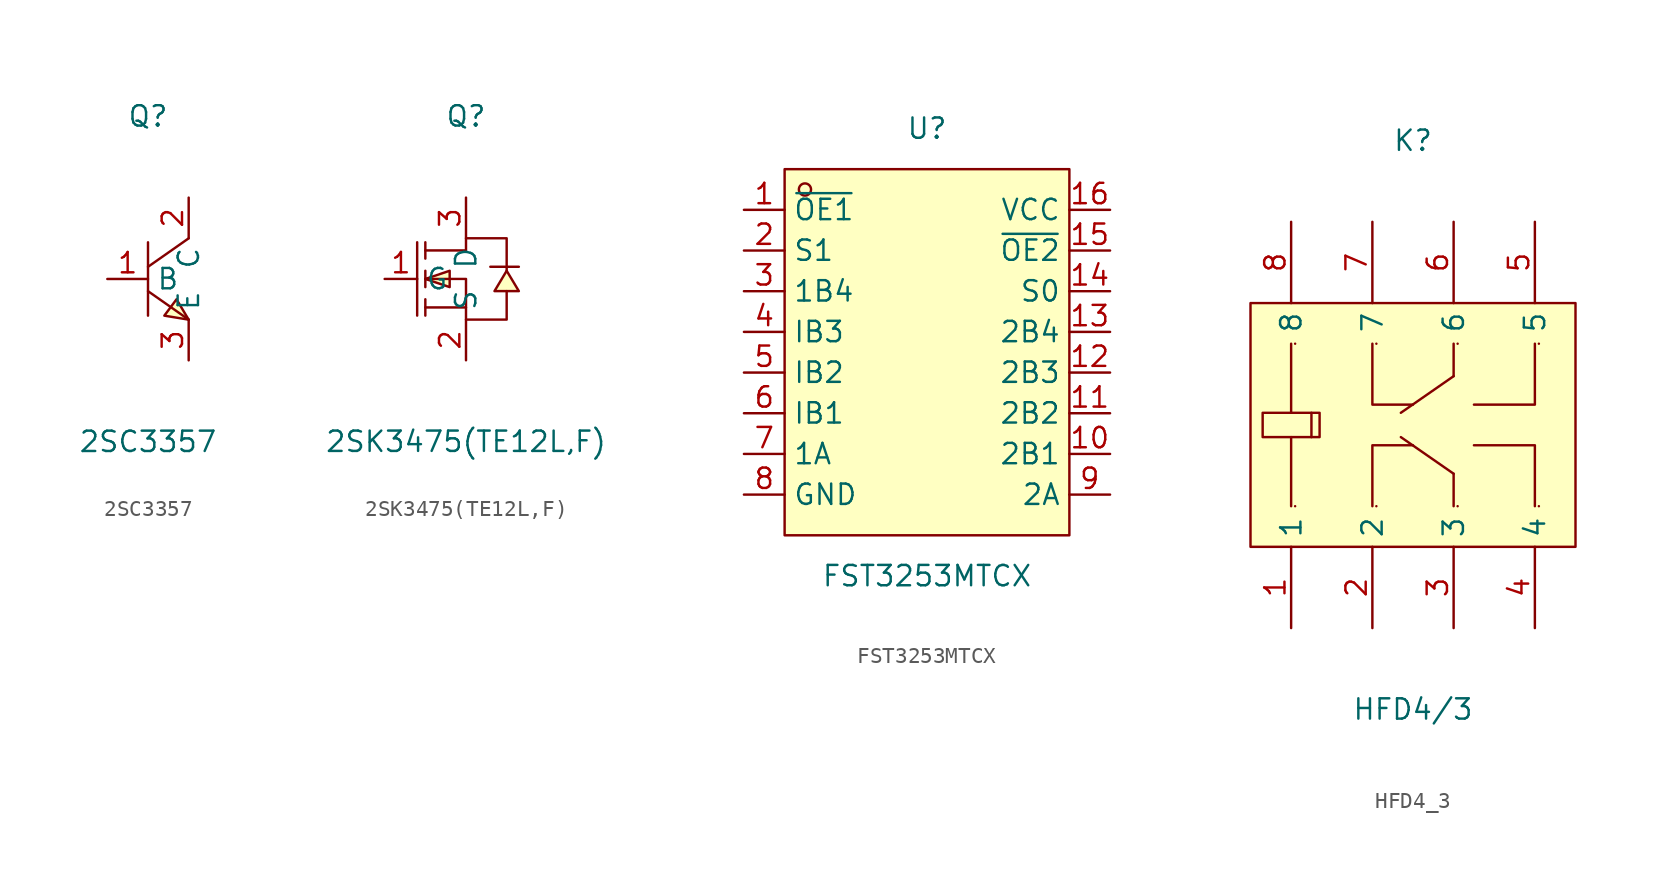
<source format=kicad_sym>
(kicad_symbol_lib
  (version 20211014)
  (generator https://github.com/uPesy/easyeda2kicad.py)
  (symbol "2SC3357"
    (property "Reference" "Q"
      (at 0 10.16 0)
      (effects (font (size 1.27 1.27))))
    (property "Value" "2SC3357"
      (at 0 -10.16 0)
      (effects (font (size 1.27 1.27))))
    (symbol "2SC3357_0_1"
      (polyline (pts (xy 0.00 2.29) (xy 0.00 -2.29)) (stroke (width 0) (type default) (color 0 0 0 0)) (fill (type none)))
      (polyline (pts (xy 0.00 -0.76) (xy 2.54 -2.54)) (stroke (width 0) (type default) (color 0 0 0 0)) (fill (type none)))
      (polyline (pts (xy 2.54 2.54) (xy 0.00 0.76)) (stroke (width 0) (type default) (color 0 0 0 0)) (fill (type none)))
      (polyline (pts (xy 2.54 -2.54) (xy 1.78 -1.27) (xy 1.02 -2.29) (xy 2.54 -2.54)) (stroke (width 0) (type default) (color 0 0 0 0)) (fill (type background)))
      (pin unspecified line (at 2.54 -5.08 90) (length 2.54) (name "E" (effects (font (size 1.27 1.27)))) (number "3" (effects (font (size 1.27 1.27)))))
      (pin unspecified line (at -2.54 -0.00 0) (length 2.54) (name "B" (effects (font (size 1.27 1.27)))) (number "1" (effects (font (size 1.27 1.27)))))
      (pin unspecified line (at 2.54 5.08 270) (length 2.54) (name "C" (effects (font (size 1.27 1.27)))) (number "2" (effects (font (size 1.27 1.27)))))))
  (symbol "2SK3475(TE12L,F)"
    (property "Reference" "Q"
      (at 0 10.16 0)
      (effects (font (size 1.27 1.27))))
    (property "Value" "2SK3475(TE12L,F)"
      (at 0 -10.16 0)
      (effects (font (size 1.27 1.27))))
    (symbol "2SK3475(TE12L,F)_0_1"
      (polyline (pts (xy 1.52 0.76) (xy 3.30 0.76)) (stroke (width 0) (type default) (color 0 0 0 0)) (fill (type none)))
      (polyline (pts (xy -2.54 -2.29) (xy -2.54 -1.27)) (stroke (width 0) (type default) (color 0 0 0 0)) (fill (type none)))
      (polyline (pts (xy -2.54 -0.51) (xy -2.54 0.51)) (stroke (width 0) (type default) (color 0 0 0 0)) (fill (type none)))
      (polyline (pts (xy -2.54 2.29) (xy -2.54 1.27)) (stroke (width 0) (type default) (color 0 0 0 0)) (fill (type none)))
      (polyline (pts (xy -3.05 2.29) (xy -3.05 -2.29)) (stroke (width 0) (type default) (color 0 0 0 0)) (fill (type none)))
      (polyline (pts (xy 0.00 -1.78) (xy -2.54 -1.78)) (stroke (width 0) (type default) (color 0 0 0 0)) (fill (type none)))
      (polyline (pts (xy -2.54 -0.00) (xy 0.00 -0.00) (xy 0.00 -2.54) (xy 2.54 -2.54) (xy 2.54 -0.76)) (stroke (width 0) (type default) (color 0 0 0 0)) (fill (type none)))
      (polyline (pts (xy -2.54 1.78) (xy 0.00 1.78) (xy 0.00 2.54) (xy 2.54 2.54) (xy 2.54 0.51)) (stroke (width 0) (type default) (color 0 0 0 0)) (fill (type none)))
      (polyline (pts (xy 2.54 0.51) (xy 1.78 -0.76) (xy 3.30 -0.76) (xy 2.54 0.51)) (stroke (width 0) (type default) (color 0 0 0 0)) (fill (type background)))
      (polyline (pts (xy -2.54 -0.00) (xy -1.02 -0.51) (xy -1.02 0.51) (xy -2.54 -0.00)) (stroke (width 0) (type default) (color 0 0 0 0)) (fill (type background)))
      (pin unspecified line (at 0.00 -5.08 90) (length 2.54) (name "S" (effects (font (size 1.27 1.27)))) (number "2" (effects (font (size 1.27 1.27)))))
      (pin unspecified line (at -5.08 -0.00 0) (length 2.032) (name "G" (effects (font (size 1.27 1.27)))) (number "1" (effects (font (size 1.27 1.27)))))
      (pin unspecified line (at 0.00 5.08 270) (length 2.54) (name "D" (effects (font (size 1.27 1.27)))) (number "3" (effects (font (size 1.27 1.27)))))))
  (symbol "FST3253MTCX"
    (property "Reference" "U"
      (at 0 13.97 0)
      (effects (font (size 1.27 1.27))))
    (property "Value" "FST3253MTCX"
      (at 0 -13.97 0)
      (effects (font (size 1.27 1.27))))
    (symbol "FST3253MTCX_0_1"
      (rectangle (start -8.89 11.43) (end 8.89 -11.43) (stroke (width 0) (type default) (color 0 0 0 0)) (fill (type background)))
      (circle (center -7.62 10.16) (radius 0.38) (stroke (width 0) (type default) (color 0 0 0 0)) (fill (type none)))
      (pin unspecified line (at -11.43 8.89 0) (length 2.54) (name "~{OE1}" (effects (font (size 1.27 1.27)))) (number "1" (effects (font (size 1.27 1.27)))))
      (pin unspecified line (at -11.43 6.35 0) (length 2.54) (name "S1" (effects (font (size 1.27 1.27)))) (number "2" (effects (font (size 1.27 1.27)))))
      (pin unspecified line (at -11.43 3.81 0) (length 2.54) (name "1B4" (effects (font (size 1.27 1.27)))) (number "3" (effects (font (size 1.27 1.27)))))
      (pin unspecified line (at -11.43 1.27 0) (length 2.54) (name "IB3" (effects (font (size 1.27 1.27)))) (number "4" (effects (font (size 1.27 1.27)))))
      (pin unspecified line (at -11.43 -1.27 0) (length 2.54) (name "IB2" (effects (font (size 1.27 1.27)))) (number "5" (effects (font (size 1.27 1.27)))))
      (pin unspecified line (at -11.43 -3.81 0) (length 2.54) (name "IB1" (effects (font (size 1.27 1.27)))) (number "6" (effects (font (size 1.27 1.27)))))
      (pin unspecified line (at -11.43 -6.35 0) (length 2.54) (name "1A" (effects (font (size 1.27 1.27)))) (number "7" (effects (font (size 1.27 1.27)))))
      (pin unspecified line (at -11.43 -8.89 0) (length 2.54) (name "GND" (effects (font (size 1.27 1.27)))) (number "8" (effects (font (size 1.27 1.27)))))
      (pin unspecified line (at 11.43 -8.89 180) (length 2.54) (name "2A" (effects (font (size 1.27 1.27)))) (number "9" (effects (font (size 1.27 1.27)))))
      (pin unspecified line (at 11.43 -6.35 180) (length 2.54) (name "2B1" (effects (font (size 1.27 1.27)))) (number "10" (effects (font (size 1.27 1.27)))))
      (pin unspecified line (at 11.43 -3.81 180) (length 2.54) (name "2B2" (effects (font (size 1.27 1.27)))) (number "11" (effects (font (size 1.27 1.27)))))
      (pin unspecified line (at 11.43 -1.27 180) (length 2.54) (name "2B3" (effects (font (size 1.27 1.27)))) (number "12" (effects (font (size 1.27 1.27)))))
      (pin unspecified line (at 11.43 1.27 180) (length 2.54) (name "2B4" (effects (font (size 1.27 1.27)))) (number "13" (effects (font (size 1.27 1.27)))))
      (pin unspecified line (at 11.43 3.81 180) (length 2.54) (name "S0" (effects (font (size 1.27 1.27)))) (number "14" (effects (font (size 1.27 1.27)))))
      (pin unspecified line (at 11.43 6.35 180) (length 2.54) (name "~{OE2}" (effects (font (size 1.27 1.27)))) (number "15" (effects (font (size 1.27 1.27)))))
      (pin unspecified line (at 11.43 8.89 180) (length 2.54) (name "VCC" (effects (font (size 1.27 1.27)))) (number "16" (effects (font (size 1.27 1.27)))))))
  (symbol "HFD4_3"
    (property "Reference" "K"
      (at 0 17.78 0)
      (effects (font (size 1.27 1.27))))
    (property "Value" "HFD4/3"
      (at 0 -17.78 0)
      (effects (font (size 1.27 1.27))))
    (symbol "HFD4_3_0_1"
      (rectangle (start -10.16 7.62) (end 10.16 -7.62) (stroke (width 0) (type default) (color 0 0 0 0)) (fill (type background)))
      (arc (start -7.37 5.08) (mid -7.37 5.09) (end -7.37 5.08) (stroke (width 0) (type default) (color 0 0 0 0)) (fill (type none)))
      (arc (start -7.37 -5.08) (mid -7.37 -5.07) (end -7.37 -5.08) (stroke (width 0) (type default) (color 0 0 0 0)) (fill (type none)))
      (arc (start -2.29 -5.08) (mid -2.29 -5.07) (end -2.29 -5.08) (stroke (width 0) (type default) (color 0 0 0 0)) (fill (type none)))
      (arc (start 2.79 -5.08) (mid 2.79 -5.07) (end 2.79 -5.08) (stroke (width 0) (type default) (color 0 0 0 0)) (fill (type none)))
      (arc (start 7.87 -5.08) (mid 7.87 -5.07) (end 7.87 -5.08) (stroke (width 0) (type default) (color 0 0 0 0)) (fill (type none)))
      (arc (start -2.29 5.08) (mid -2.29 5.09) (end -2.29 5.08) (stroke (width 0) (type default) (color 0 0 0 0)) (fill (type none)))
      (arc (start 2.79 5.08) (mid 2.79 5.09) (end 2.79 5.08) (stroke (width 0) (type default) (color 0 0 0 0)) (fill (type none)))
      (arc (start 7.87 5.08) (mid 7.87 5.09) (end 7.87 5.08) (stroke (width 0) (type default) (color 0 0 0 0)) (fill (type none)))
      (polyline (pts (xy -7.62 5.08) (xy -7.62 0.76)) (stroke (width 0) (type default) (color 0 0 0 0)) (fill (type none)))
      (polyline (pts (xy -7.62 -0.76) (xy -7.62 -5.08)) (stroke (width 0) (type default) (color 0 0 0 0)) (fill (type none)))
      (polyline (pts (xy -9.40 -0.76) (xy -9.40 0.76) (xy -6.35 0.76) (xy -6.35 -0.76) (xy -9.40 -0.76)) (stroke (width 0) (type default) (color 0 0 0 0)) (fill (type background)))
      (polyline (pts (xy -6.35 0.76) (xy -5.84 0.76) (xy -5.84 -0.76) (xy -6.35 -0.76)) (stroke (width 0) (type default) (color 0 0 0 0)) (fill (type none)))
      (polyline (pts (xy -2.54 5.08) (xy -2.54 1.27) (xy 0.00 1.27)) (stroke (width 0) (type default) (color 0 0 0 0)) (fill (type none)))
      (polyline (pts (xy 2.54 5.08) (xy 2.54 3.05)) (stroke (width 0) (type default) (color 0 0 0 0)) (fill (type none)))
      (polyline (pts (xy 3.81 1.27) (xy 7.62 1.27) (xy 7.62 5.08)) (stroke (width 0) (type default) (color 0 0 0 0)) (fill (type none)))
      (polyline (pts (xy 2.54 3.05) (xy -0.76 0.76)) (stroke (width 0) (type default) (color 0 0 0 0)) (fill (type none)))
      (polyline (pts (xy -2.54 -5.08) (xy -2.54 -1.27) (xy 0.00 -1.27)) (stroke (width 0) (type default) (color 0 0 0 0)) (fill (type none)))
      (polyline (pts (xy 2.54 -5.08) (xy 2.54 -3.05)) (stroke (width 0) (type default) (color 0 0 0 0)) (fill (type none)))
      (polyline (pts (xy 3.81 -1.27) (xy 7.62 -1.27) (xy 7.62 -5.08)) (stroke (width 0) (type default) (color 0 0 0 0)) (fill (type none)))
      (polyline (pts (xy 2.54 -3.05) (xy -0.76 -0.76)) (stroke (width 0) (type default) (color 0 0 0 0)) (fill (type none)))
      (pin input line (at -7.62 -12.70 90) (length 5.08) (name "1" (effects (font (size 1.27 1.27)))) (number "1" (effects (font (size 1.27 1.27)))))
      (pin input line (at 7.62 -12.70 90) (length 5.08) (name "4" (effects (font (size 1.27 1.27)))) (number "4" (effects (font (size 1.27 1.27)))))
      (pin input line (at -2.54 -12.70 90) (length 5.08) (name "2" (effects (font (size 1.27 1.27)))) (number "2" (effects (font (size 1.27 1.27)))))
      (pin input line (at 2.54 -12.70 90) (length 5.08) (name "3" (effects (font (size 1.27 1.27)))) (number "3" (effects (font (size 1.27 1.27)))))
      (pin input line (at 2.54 12.70 270) (length 5.08) (name "6" (effects (font (size 1.27 1.27)))) (number "6" (effects (font (size 1.27 1.27)))))
      (pin input line (at -2.54 12.70 270) (length 5.08) (name "7" (effects (font (size 1.27 1.27)))) (number "7" (effects (font (size 1.27 1.27)))))
      (pin input line (at -7.62 12.70 270) (length 5.08) (name "8" (effects (font (size 1.27 1.27)))) (number "8" (effects (font (size 1.27 1.27)))))
      (pin input line (at 7.62 12.70 270) (length 5.08) (name "5" (effects (font (size 1.27 1.27)))) (number "5" (effects (font (size 1.27 1.27))))))))
</source>
